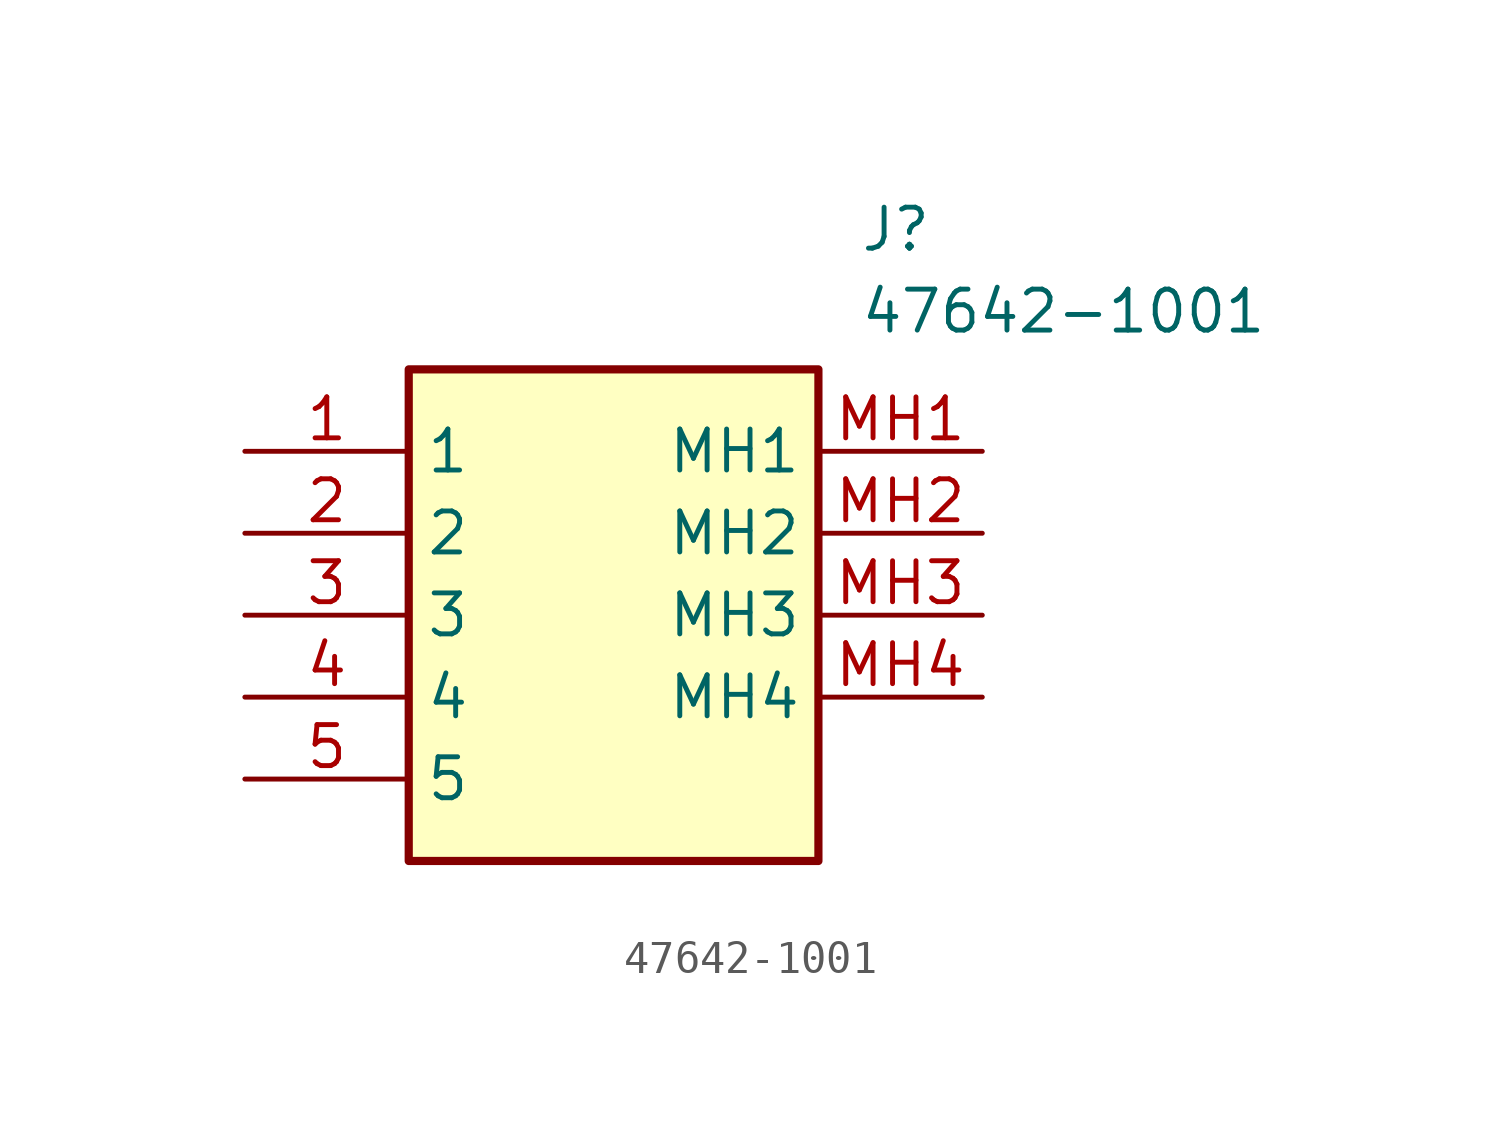
<source format=kicad_sym>
(kicad_symbol_lib
  (version 20211014)
  (generator SamacSys_ECAD_Model)
  (symbol "47642-1001"
    (property "Reference" "J"
      (at 19.05 7.62 0)
      (effects (font (size 1.27 1.27)) (justify left top)))
    (property "Value" "47642-1001"
      (at 19.05 5.08 0)
      (effects (font (size 1.27 1.27)) (justify left top)))
    (rectangle
      (start 5.08 2.54)
      (end 17.78 -12.7)
      (stroke (width 0.254) (type default))
      (fill (type background)))
    (pin passive line
      (at 0 0 0)
      (length 5.08)
      (name "1" (effects (font (size 1.27 1.27))))
      (number "1" (effects (font (size 1.27 1.27)))))
    (pin passive line
      (at 0 -2.54 0)
      (length 5.08)
      (name "2" (effects (font (size 1.27 1.27))))
      (number "2" (effects (font (size 1.27 1.27)))))
    (pin passive line
      (at 0 -5.08 0)
      (length 5.08)
      (name "3" (effects (font (size 1.27 1.27))))
      (number "3" (effects (font (size 1.27 1.27)))))
    (pin passive line
      (at 0 -7.62 0)
      (length 5.08)
      (name "4" (effects (font (size 1.27 1.27))))
      (number "4" (effects (font (size 1.27 1.27)))))
    (pin passive line
      (at 0 -10.16 0)
      (length 5.08)
      (name "5" (effects (font (size 1.27 1.27))))
      (number "5" (effects (font (size 1.27 1.27)))))
    (pin passive line
      (at 22.86 0 180)
      (length 5.08)
      (name "MH1" (effects (font (size 1.27 1.27))))
      (number "MH1" (effects (font (size 1.27 1.27)))))
    (pin passive line
      (at 22.86 -2.54 180)
      (length 5.08)
      (name "MH2" (effects (font (size 1.27 1.27))))
      (number "MH2" (effects (font (size 1.27 1.27)))))
    (pin passive line
      (at 22.86 -5.08 180)
      (length 5.08)
      (name "MH3" (effects (font (size 1.27 1.27))))
      (number "MH3" (effects (font (size 1.27 1.27)))))
    (pin passive line
      (at 22.86 -7.62 180)
      (length 5.08)
      (name "MH4" (effects (font (size 1.27 1.27))))
      (number "MH4" (effects (font (size 1.27 1.27)))))))
</source>
